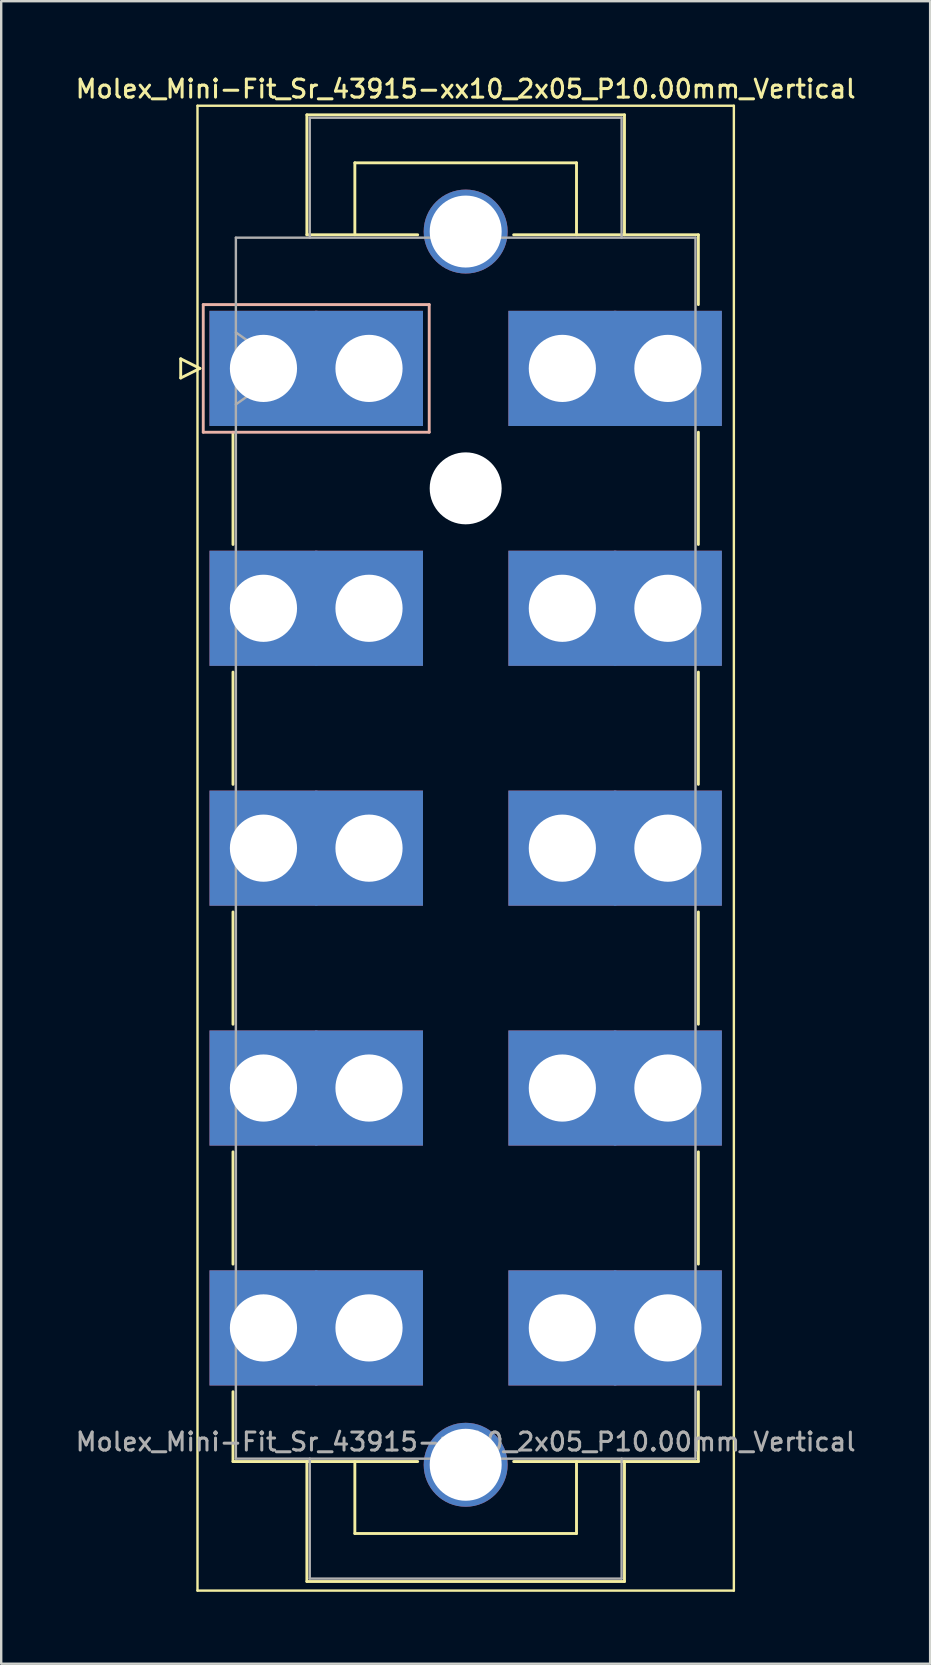
<source format=kicad_pcb>
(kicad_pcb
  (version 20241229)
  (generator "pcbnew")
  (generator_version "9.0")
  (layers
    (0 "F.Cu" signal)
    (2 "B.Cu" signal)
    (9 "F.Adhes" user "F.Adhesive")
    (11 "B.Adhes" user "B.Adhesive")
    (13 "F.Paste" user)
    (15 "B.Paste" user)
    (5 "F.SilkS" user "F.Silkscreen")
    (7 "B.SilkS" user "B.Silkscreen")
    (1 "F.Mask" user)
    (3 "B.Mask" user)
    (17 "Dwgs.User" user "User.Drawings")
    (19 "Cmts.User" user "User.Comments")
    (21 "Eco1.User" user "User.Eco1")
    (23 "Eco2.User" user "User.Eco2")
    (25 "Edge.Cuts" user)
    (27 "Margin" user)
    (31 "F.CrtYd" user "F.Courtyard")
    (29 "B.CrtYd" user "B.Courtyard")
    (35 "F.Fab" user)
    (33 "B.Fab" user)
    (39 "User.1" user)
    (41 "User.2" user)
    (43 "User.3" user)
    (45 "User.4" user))
  (footprint "Molex_Mini-Fit_Sr_43915-xx10_2x05_P10.00mm_Vertical"
    (layer "F.Cu")
    (at 7.933 12.308)
    (property "Reference" "Molex_Mini-Fit_Sr_43915-xx10_2x05_P10.00mm_Vertical" (at 8.43 -11.65 0) (layer "F.SilkS") (effects (font (size 0.75 0.75) (thickness 0.125))))
    (attr through_hole)
    (fp_line (start -3.45 -0.4) (end -3.45 0.4) (stroke (width 0.12) (type solid)) (layer "F.SilkS"))
    (fp_line (start -3.45 0.4) (end -2.65 0) (stroke (width 0.12) (type solid)) (layer "F.SilkS"))
    (fp_line (start -2.75 -10.95) (end -2.75 50.95) (stroke (width 0.1) (type solid)) (layer "F.SilkS"))
    (fp_line (start -2.75 50.95) (end 19.61 50.95) (stroke (width 0.1) (type solid)) (layer "F.SilkS"))
    (fp_line (start -2.65 0) (end -3.45 -0.4) (stroke (width 0.12) (type solid)) (layer "F.SilkS"))
    (fp_line (start -1.27 2.66) (end -1.27 7.34) (stroke (width 0.12) (type solid)) (layer "F.SilkS"))
    (fp_line (start -1.27 12.66) (end -1.27 17.34) (stroke (width 0.12) (type solid)) (layer "F.SilkS"))
    (fp_line (start -1.27 22.66) (end -1.27 27.34) (stroke (width 0.12) (type solid)) (layer "F.SilkS"))
    (fp_line (start -1.27 32.66) (end -1.27 37.34) (stroke (width 0.12) (type solid)) (layer "F.SilkS"))
    (fp_line (start -1.27 42.66) (end -1.27 45.57) (stroke (width 0.12) (type solid)) (layer "F.SilkS"))
    (fp_line (start -1.27 45.57) (end 6.43 45.57) (stroke (width 0.12) (type solid)) (layer "F.SilkS"))
    (fp_line (start 1.81 -10.57) (end 15.05 -10.57) (stroke (width 0.12) (type solid)) (layer "F.SilkS"))
    (fp_line (start 1.81 -5.57) (end 1.81 -10.57) (stroke (width 0.12) (type solid)) (layer "F.SilkS"))
    (fp_line (start 1.81 45.57) (end 1.81 50.57) (stroke (width 0.12) (type solid)) (layer "F.SilkS"))
    (fp_line (start 1.81 50.57) (end 15.05 50.57) (stroke (width 0.12) (type solid)) (layer "F.SilkS"))
    (fp_line (start 3.81 -8.57) (end 13.05 -8.57) (stroke (width 0.12) (type solid)) (layer "F.SilkS"))
    (fp_line (start 3.81 -5.57) (end 3.81 -8.57) (stroke (width 0.12) (type solid)) (layer "F.SilkS"))
    (fp_line (start 3.81 45.57) (end 3.81 48.57) (stroke (width 0.12) (type solid)) (layer "F.SilkS"))
    (fp_line (start 3.81 48.57) (end 13.05 48.57) (stroke (width 0.12) (type solid)) (layer "F.SilkS"))
    (fp_line (start 6.43 -5.57) (end 1.81 -5.57) (stroke (width 0.12) (type solid)) (layer "F.SilkS"))
    (fp_line (start 13.05 -8.57) (end 13.05 -5.57) (stroke (width 0.12) (type solid)) (layer "F.SilkS"))
    (fp_line (start 13.05 48.57) (end 13.05 45.57) (stroke (width 0.12) (type solid)) (layer "F.SilkS"))
    (fp_line (start 15.05 -10.57) (end 15.05 -5.57) (stroke (width 0.12) (type solid)) (layer "F.SilkS"))
    (fp_line (start 15.05 50.57) (end 15.05 45.57) (stroke (width 0.12) (type solid)) (layer "F.SilkS"))
    (fp_line (start 18.13 -5.57) (end 10.43 -5.57) (stroke (width 0.12) (type solid)) (layer "F.SilkS"))
    (fp_line (start 18.13 -2.66) (end 18.13 -5.57) (stroke (width 0.12) (type solid)) (layer "F.SilkS"))
    (fp_line (start 18.13 2.66) (end 18.13 7.34) (stroke (width 0.12) (type solid)) (layer "F.SilkS"))
    (fp_line (start 18.13 12.66) (end 18.13 17.34) (stroke (width 0.12) (type solid)) (layer "F.SilkS"))
    (fp_line (start 18.13 22.66) (end 18.13 27.34) (stroke (width 0.12) (type solid)) (layer "F.SilkS"))
    (fp_line (start 18.13 32.66) (end 18.13 37.34) (stroke (width 0.12) (type solid)) (layer "F.SilkS"))
    (fp_line (start 18.13 42.66) (end 18.13 45.57) (stroke (width 0.12) (type solid)) (layer "F.SilkS"))
    (fp_line (start 18.13 45.57) (end 10.43 45.57) (stroke (width 0.12) (type solid)) (layer "F.SilkS"))
    (fp_line (start 19.61 -10.95) (end -2.75 -10.95) (stroke (width 0.1) (type solid)) (layer "F.SilkS"))
    (fp_line (start 19.61 50.95) (end 19.61 -10.95) (stroke (width 0.1) (type solid)) (layer "F.SilkS"))
    (fp_line (start -2.51 -2.66) (end -2.51 2.66) (stroke (width 0.12) (type solid)) (layer "B.SilkS"))
    (fp_line (start -2.51 2.66) (end 6.91 2.66) (stroke (width 0.12) (type solid)) (layer "B.SilkS"))
    (fp_line (start 6.91 -2.66) (end -2.51 -2.66) (stroke (width 0.12) (type solid)) (layer "B.SilkS"))
    (fp_line (start 6.91 2.66) (end 6.91 -2.66) (stroke (width 0.12) (type solid)) (layer "B.SilkS"))
    (fp_line (start -1.15 -5.45) (end -1.15 45.45) (stroke (width 0.1) (type solid)) (layer "F.Fab"))
    (fp_line (start -1.15 -1.5) (end 0.971 0) (stroke (width 0.1) (type solid)) (layer "F.Fab"))
    (fp_line (start -1.15 45.45) (end 18.01 45.45) (stroke (width 0.1) (type solid)) (layer "F.Fab"))
    (fp_line (start 0.971 0) (end -1.15 1.5) (stroke (width 0.1) (type solid)) (layer "F.Fab"))
    (fp_line (start 1.93 -10.45) (end 14.93 -10.45) (stroke (width 0.1) (type solid)) (layer "F.Fab"))
    (fp_line (start 1.93 -5.45) (end 1.93 -10.45) (stroke (width 0.1) (type solid)) (layer "F.Fab"))
    (fp_line (start 1.93 45.45) (end 1.93 50.45) (stroke (width 0.1) (type solid)) (layer "F.Fab"))
    (fp_line (start 1.93 50.45) (end 14.93 50.45) (stroke (width 0.1) (type solid)) (layer "F.Fab"))
    (fp_line (start 14.93 -10.45) (end 14.93 -5.45) (stroke (width 0.1) (type solid)) (layer "F.Fab"))
    (fp_line (start 14.93 50.45) (end 14.93 45.45) (stroke (width 0.1) (type solid)) (layer "F.Fab"))
    (fp_line (start 18.01 -5.45) (end -1.15 -5.45) (stroke (width 0.1) (type solid)) (layer "F.Fab"))
    (fp_line (start 18.01 45.45) (end 18.01 -5.45) (stroke (width 0.1) (type solid)) (layer "F.Fab"))
    (fp_text user "${REFERENCE}" (at 8.43 44.75 0) (layer "F.Fab") (effects (font (size 0.75 0.75) (thickness 0.125))))
    (pad "" thru_hole circle (at 8.43 -5.705) (size 3.5 3.5) (drill 3) (layers "*.Cu" "*.Mask"))
    (pad "" np_thru_hole circle (at 8.43 5) (size 3 3) (drill 3) (layers "*.Cu" "*.Mask"))
    (pad "" thru_hole circle (at 8.43 45.705) (size 3.5 3.5) (drill 3) (layers "*.Cu" "*.Mask"))
    (pad "1" thru_hole rect (at 0 0) (size 4.5 4.8) (drill 2.8) (layers "*.Cu" "*.Mask"))
    (pad "1" thru_hole rect (at 4.4 0) (size 4.5 4.8) (drill 2.8) (layers "*.Cu" "*.Mask"))
    (pad "2" thru_hole rect (at 0 10) (size 4.5 4.8) (drill 2.8) (layers "*.Cu" "*.Mask"))
    (pad "2" thru_hole rect (at 4.4 10) (size 4.5 4.8) (drill 2.8) (layers "*.Cu" "*.Mask"))
    (pad "3" thru_hole rect (at 0 20) (size 4.5 4.8) (drill 2.8) (layers "*.Cu" "*.Mask"))
    (pad "3" thru_hole rect (at 4.4 20) (size 4.5 4.8) (drill 2.8) (layers "*.Cu" "*.Mask"))
    (pad "4" thru_hole rect (at 0 30) (size 4.5 4.8) (drill 2.8) (layers "*.Cu" "*.Mask"))
    (pad "4" thru_hole rect (at 4.4 30) (size 4.5 4.8) (drill 2.8) (layers "*.Cu" "*.Mask"))
    (pad "5" thru_hole rect (at 0 40) (size 4.5 4.8) (drill 2.8) (layers "*.Cu" "*.Mask"))
    (pad "5" thru_hole rect (at 4.4 40) (size 4.5 4.8) (drill 2.8) (layers "*.Cu" "*.Mask"))
    (pad "6" thru_hole rect (at 12.46 0) (size 4.5 4.8) (drill 2.8) (layers "*.Cu" "*.Mask"))
    (pad "6" thru_hole rect (at 16.86 0) (size 4.5 4.8) (drill 2.8) (layers "*.Cu" "*.Mask"))
    (pad "7" thru_hole rect (at 12.46 10) (size 4.5 4.8) (drill 2.8) (layers "*.Cu" "*.Mask"))
    (pad "7" thru_hole rect (at 16.86 10) (size 4.5 4.8) (drill 2.8) (layers "*.Cu" "*.Mask"))
    (pad "8" thru_hole rect (at 12.46 20) (size 4.5 4.8) (drill 2.8) (layers "*.Cu" "*.Mask"))
    (pad "8" thru_hole rect (at 16.86 20) (size 4.5 4.8) (drill 2.8) (layers "*.Cu" "*.Mask"))
    (pad "9" thru_hole rect (at 12.46 30) (size 4.5 4.8) (drill 2.8) (layers "*.Cu" "*.Mask"))
    (pad "9" thru_hole rect (at 16.86 30) (size 4.5 4.8) (drill 2.8) (layers "*.Cu" "*.Mask"))
    (pad "10" thru_hole rect (at 12.46 40) (size 4.5 4.8) (drill 2.8) (layers "*.Cu" "*.Mask"))
    (pad "10" thru_hole rect (at 16.86 40) (size 4.5 4.8) (drill 2.8) (layers "*.Cu" "*.Mask")))
  (gr_rect
    (start -3 -3)
    (end 35.725 66.308)
    (stroke (width 0.1) (type default))
    (fill no)
    (layer "Edge.Cuts")))
</source>
